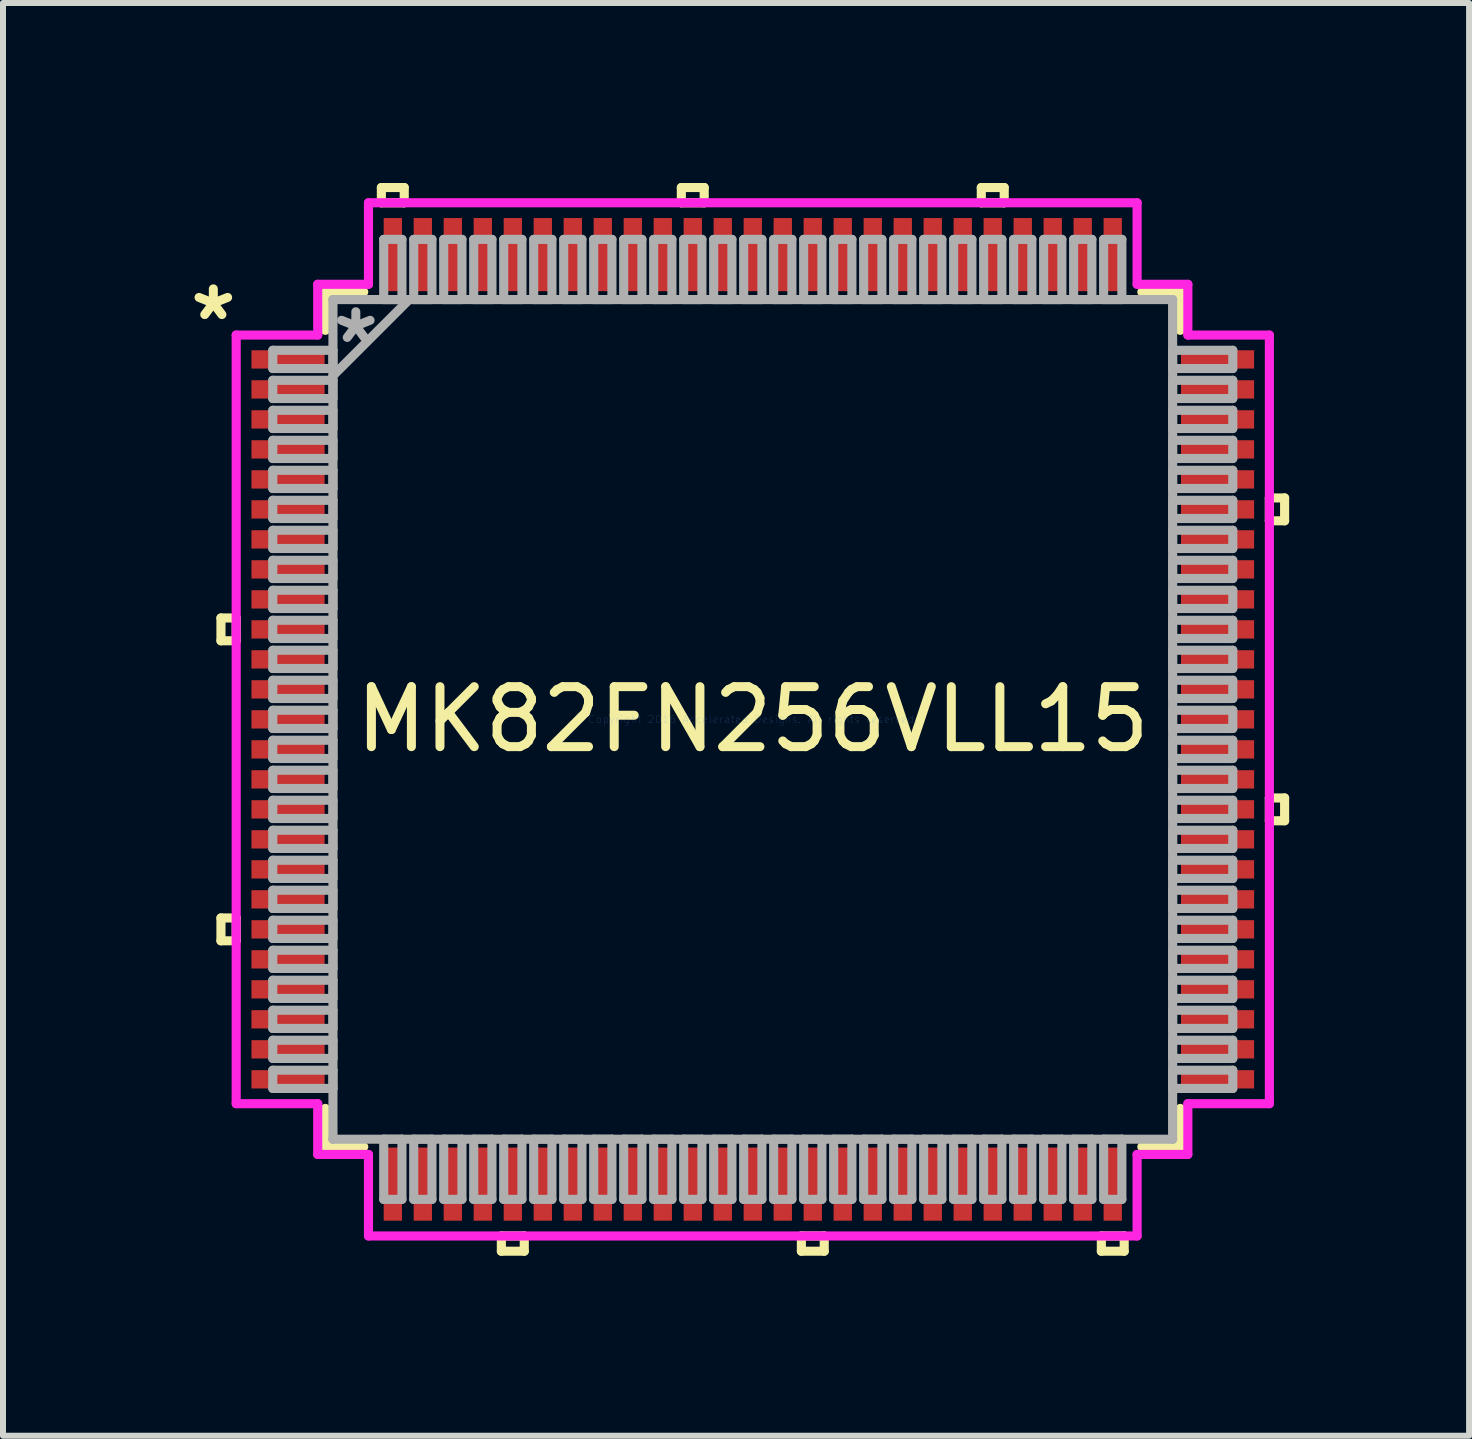
<source format=kicad_pcb>
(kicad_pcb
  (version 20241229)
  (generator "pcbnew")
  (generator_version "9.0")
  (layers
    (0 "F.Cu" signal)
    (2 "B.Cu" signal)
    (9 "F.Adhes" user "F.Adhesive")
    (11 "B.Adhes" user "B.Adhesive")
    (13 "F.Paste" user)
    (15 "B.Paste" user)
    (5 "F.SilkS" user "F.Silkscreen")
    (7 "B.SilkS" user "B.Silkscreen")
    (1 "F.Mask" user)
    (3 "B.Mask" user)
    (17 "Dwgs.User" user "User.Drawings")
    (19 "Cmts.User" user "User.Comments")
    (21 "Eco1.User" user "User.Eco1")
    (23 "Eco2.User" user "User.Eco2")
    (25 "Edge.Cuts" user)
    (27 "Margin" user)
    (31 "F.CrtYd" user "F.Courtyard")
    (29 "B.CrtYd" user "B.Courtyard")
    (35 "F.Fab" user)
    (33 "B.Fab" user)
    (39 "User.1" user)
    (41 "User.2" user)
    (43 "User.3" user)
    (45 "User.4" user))
  (footprint "MK82FN256VLL15"
    (layer "F.Cu")
    (at 9.498 8.941)
    (property "Reference" "MK82FN256VLL15" (at 0 0 0) (layer "F.SilkS") (effects (font (size 1 1) (thickness 0.15))))
    (attr smd)
    (fp_line (start -8.865 -1.69) (end -8.865 -1.31) (stroke (width 0.152) (type solid)) (layer "F.SilkS"))
    (fp_line (start -8.865 -1.31) (end -8.611 -1.31) (stroke (width 0.152) (type solid)) (layer "F.SilkS"))
    (fp_line (start -8.865 3.31) (end -8.865 3.691) (stroke (width 0.152) (type solid)) (layer "F.SilkS"))
    (fp_line (start -8.865 3.691) (end -8.611 3.691) (stroke (width 0.152) (type solid)) (layer "F.SilkS"))
    (fp_line (start -8.611 -1.69) (end -8.865 -1.69) (stroke (width 0.152) (type solid)) (layer "F.SilkS"))
    (fp_line (start -8.611 -1.31) (end -8.611 -1.69) (stroke (width 0.152) (type solid)) (layer "F.SilkS"))
    (fp_line (start -8.611 3.31) (end -8.865 3.31) (stroke (width 0.152) (type solid)) (layer "F.SilkS"))
    (fp_line (start -8.611 3.691) (end -8.611 3.31) (stroke (width 0.152) (type solid)) (layer "F.SilkS"))
    (fp_line (start -7.125 -7.125) (end -7.125 -6.485) (stroke (width 0.152) (type solid)) (layer "F.SilkS"))
    (fp_line (start -7.125 6.485) (end -7.125 7.125) (stroke (width 0.152) (type solid)) (layer "F.SilkS"))
    (fp_line (start -7.125 7.125) (end -6.485 7.125) (stroke (width 0.152) (type solid)) (layer "F.SilkS"))
    (fp_line (start -6.485 -7.125) (end -7.125 -7.125) (stroke (width 0.152) (type solid)) (layer "F.SilkS"))
    (fp_line (start -6.191 -8.865) (end -5.81 -8.865) (stroke (width 0.152) (type solid)) (layer "F.SilkS"))
    (fp_line (start -6.191 -8.611) (end -6.191 -8.865) (stroke (width 0.152) (type solid)) (layer "F.SilkS"))
    (fp_line (start -5.81 -8.865) (end -5.81 -8.611) (stroke (width 0.152) (type solid)) (layer "F.SilkS"))
    (fp_line (start -5.81 -8.611) (end -6.191 -8.611) (stroke (width 0.152) (type solid)) (layer "F.SilkS"))
    (fp_line (start -4.191 8.611) (end -4.191 8.865) (stroke (width 0.152) (type solid)) (layer "F.SilkS"))
    (fp_line (start -4.191 8.865) (end -3.809 8.865) (stroke (width 0.152) (type solid)) (layer "F.SilkS"))
    (fp_line (start -3.809 8.611) (end -4.191 8.611) (stroke (width 0.152) (type solid)) (layer "F.SilkS"))
    (fp_line (start -3.809 8.865) (end -3.809 8.611) (stroke (width 0.152) (type solid)) (layer "F.SilkS"))
    (fp_line (start -1.191 -8.865) (end -0.81 -8.865) (stroke (width 0.152) (type solid)) (layer "F.SilkS"))
    (fp_line (start -1.191 -8.611) (end -1.191 -8.865) (stroke (width 0.152) (type solid)) (layer "F.SilkS"))
    (fp_line (start -0.81 -8.865) (end -0.81 -8.611) (stroke (width 0.152) (type solid)) (layer "F.SilkS"))
    (fp_line (start -0.81 -8.611) (end -1.191 -8.611) (stroke (width 0.152) (type solid)) (layer "F.SilkS"))
    (fp_line (start 0.81 8.611) (end 0.81 8.865) (stroke (width 0.152) (type solid)) (layer "F.SilkS"))
    (fp_line (start 0.81 8.865) (end 1.191 8.865) (stroke (width 0.152) (type solid)) (layer "F.SilkS"))
    (fp_line (start 1.191 8.611) (end 0.81 8.611) (stroke (width 0.152) (type solid)) (layer "F.SilkS"))
    (fp_line (start 1.191 8.865) (end 1.191 8.611) (stroke (width 0.152) (type solid)) (layer "F.SilkS"))
    (fp_line (start 3.809 -8.865) (end 4.191 -8.865) (stroke (width 0.152) (type solid)) (layer "F.SilkS"))
    (fp_line (start 3.809 -8.611) (end 3.809 -8.865) (stroke (width 0.152) (type solid)) (layer "F.SilkS"))
    (fp_line (start 4.191 -8.865) (end 4.191 -8.611) (stroke (width 0.152) (type solid)) (layer "F.SilkS"))
    (fp_line (start 4.191 -8.611) (end 3.809 -8.611) (stroke (width 0.152) (type solid)) (layer "F.SilkS"))
    (fp_line (start 5.81 8.611) (end 5.81 8.865) (stroke (width 0.152) (type solid)) (layer "F.SilkS"))
    (fp_line (start 5.81 8.865) (end 6.191 8.865) (stroke (width 0.152) (type solid)) (layer "F.SilkS"))
    (fp_line (start 6.191 8.611) (end 5.81 8.611) (stroke (width 0.152) (type solid)) (layer "F.SilkS"))
    (fp_line (start 6.191 8.865) (end 6.191 8.611) (stroke (width 0.152) (type solid)) (layer "F.SilkS"))
    (fp_line (start 6.485 7.125) (end 7.125 7.125) (stroke (width 0.152) (type solid)) (layer "F.SilkS"))
    (fp_line (start 7.125 -7.125) (end 6.485 -7.125) (stroke (width 0.152) (type solid)) (layer "F.SilkS"))
    (fp_line (start 7.125 -6.485) (end 7.125 -7.125) (stroke (width 0.152) (type solid)) (layer "F.SilkS"))
    (fp_line (start 7.125 7.125) (end 7.125 6.485) (stroke (width 0.152) (type solid)) (layer "F.SilkS"))
    (fp_line (start 8.611 -3.691) (end 8.865 -3.691) (stroke (width 0.152) (type solid)) (layer "F.SilkS"))
    (fp_line (start 8.611 -3.31) (end 8.611 -3.691) (stroke (width 0.152) (type solid)) (layer "F.SilkS"))
    (fp_line (start 8.611 1.31) (end 8.865 1.31) (stroke (width 0.152) (type solid)) (layer "F.SilkS"))
    (fp_line (start 8.611 1.69) (end 8.611 1.31) (stroke (width 0.152) (type solid)) (layer "F.SilkS"))
    (fp_line (start 8.865 -3.691) (end 8.865 -3.31) (stroke (width 0.152) (type solid)) (layer "F.SilkS"))
    (fp_line (start 8.865 -3.31) (end 8.611 -3.31) (stroke (width 0.152) (type solid)) (layer "F.SilkS"))
    (fp_line (start 8.865 1.31) (end 8.865 1.69) (stroke (width 0.152) (type solid)) (layer "F.SilkS"))
    (fp_line (start 8.865 1.69) (end 8.611 1.69) (stroke (width 0.152) (type solid)) (layer "F.SilkS"))
    (fp_line (start -8.611 -6.406) (end -7.252 -6.406) (stroke (width 0.152) (type solid)) (layer "F.CrtYd"))
    (fp_line (start -8.611 6.406) (end -8.611 -6.406) (stroke (width 0.152) (type solid)) (layer "F.CrtYd"))
    (fp_line (start -7.252 -7.252) (end -6.406 -7.252) (stroke (width 0.152) (type solid)) (layer "F.CrtYd"))
    (fp_line (start -7.252 -6.406) (end -7.252 -7.252) (stroke (width 0.152) (type solid)) (layer "F.CrtYd"))
    (fp_line (start -7.252 6.406) (end -8.611 6.406) (stroke (width 0.152) (type solid)) (layer "F.CrtYd"))
    (fp_line (start -7.252 7.252) (end -7.252 6.406) (stroke (width 0.152) (type solid)) (layer "F.CrtYd"))
    (fp_line (start -6.406 -8.611) (end 6.406 -8.611) (stroke (width 0.152) (type solid)) (layer "F.CrtYd"))
    (fp_line (start -6.406 -7.252) (end -6.406 -8.611) (stroke (width 0.152) (type solid)) (layer "F.CrtYd"))
    (fp_line (start -6.406 7.252) (end -7.252 7.252) (stroke (width 0.152) (type solid)) (layer "F.CrtYd"))
    (fp_line (start -6.406 8.611) (end -6.406 7.252) (stroke (width 0.152) (type solid)) (layer "F.CrtYd"))
    (fp_line (start 6.406 -8.611) (end 6.406 -7.252) (stroke (width 0.152) (type solid)) (layer "F.CrtYd"))
    (fp_line (start 6.406 -7.252) (end 7.252 -7.252) (stroke (width 0.152) (type solid)) (layer "F.CrtYd"))
    (fp_line (start 6.406 7.252) (end 6.406 8.611) (stroke (width 0.152) (type solid)) (layer "F.CrtYd"))
    (fp_line (start 6.406 8.611) (end -6.406 8.611) (stroke (width 0.152) (type solid)) (layer "F.CrtYd"))
    (fp_line (start 7.252 -7.252) (end 7.252 -6.406) (stroke (width 0.152) (type solid)) (layer "F.CrtYd"))
    (fp_line (start 7.252 -6.406) (end 8.611 -6.406) (stroke (width 0.152) (type solid)) (layer "F.CrtYd"))
    (fp_line (start 7.252 6.406) (end 7.252 7.252) (stroke (width 0.152) (type solid)) (layer "F.CrtYd"))
    (fp_line (start 7.252 7.252) (end 6.406 7.252) (stroke (width 0.152) (type solid)) (layer "F.CrtYd"))
    (fp_line (start 8.611 -6.406) (end 8.611 6.406) (stroke (width 0.152) (type solid)) (layer "F.CrtYd"))
    (fp_line (start 8.611 6.406) (end 7.252 6.406) (stroke (width 0.152) (type solid)) (layer "F.CrtYd"))
    (fp_line (start -8.001 -6.152) (end -8.001 -5.848) (stroke (width 0.152) (type solid)) (layer "F.Fab"))
    (fp_line (start -8.001 -5.848) (end -6.998 -5.848) (stroke (width 0.152) (type solid)) (layer "F.Fab"))
    (fp_line (start -8.001 -5.652) (end -8.001 -5.348) (stroke (width 0.152) (type solid)) (layer "F.Fab"))
    (fp_line (start -8.001 -5.348) (end -6.998 -5.348) (stroke (width 0.152) (type solid)) (layer "F.Fab"))
    (fp_line (start -8.001 -5.152) (end -8.001 -4.848) (stroke (width 0.152) (type solid)) (layer "F.Fab"))
    (fp_line (start -8.001 -4.848) (end -6.998 -4.848) (stroke (width 0.152) (type solid)) (layer "F.Fab"))
    (fp_line (start -8.001 -4.652) (end -8.001 -4.348) (stroke (width 0.152) (type solid)) (layer "F.Fab"))
    (fp_line (start -8.001 -4.348) (end -6.998 -4.348) (stroke (width 0.152) (type solid)) (layer "F.Fab"))
    (fp_line (start -8.001 -4.152) (end -8.001 -3.848) (stroke (width 0.152) (type solid)) (layer "F.Fab"))
    (fp_line (start -8.001 -3.848) (end -6.998 -3.848) (stroke (width 0.152) (type solid)) (layer "F.Fab"))
    (fp_line (start -8.001 -3.652) (end -8.001 -3.348) (stroke (width 0.152) (type solid)) (layer "F.Fab"))
    (fp_line (start -8.001 -3.348) (end -6.998 -3.348) (stroke (width 0.152) (type solid)) (layer "F.Fab"))
    (fp_line (start -8.001 -3.152) (end -8.001 -2.848) (stroke (width 0.152) (type solid)) (layer "F.Fab"))
    (fp_line (start -8.001 -2.848) (end -6.998 -2.848) (stroke (width 0.152) (type solid)) (layer "F.Fab"))
    (fp_line (start -8.001 -2.652) (end -8.001 -2.348) (stroke (width 0.152) (type solid)) (layer "F.Fab"))
    (fp_line (start -8.001 -2.348) (end -6.998 -2.348) (stroke (width 0.152) (type solid)) (layer "F.Fab"))
    (fp_line (start -8.001 -2.152) (end -8.001 -1.848) (stroke (width 0.152) (type solid)) (layer "F.Fab"))
    (fp_line (start -8.001 -1.848) (end -6.998 -1.848) (stroke (width 0.152) (type solid)) (layer "F.Fab"))
    (fp_line (start -8.001 -1.652) (end -8.001 -1.348) (stroke (width 0.152) (type solid)) (layer "F.Fab"))
    (fp_line (start -8.001 -1.348) (end -6.998 -1.348) (stroke (width 0.152) (type solid)) (layer "F.Fab"))
    (fp_line (start -8.001 -1.152) (end -8.001 -0.848) (stroke (width 0.152) (type solid)) (layer "F.Fab"))
    (fp_line (start -8.001 -0.848) (end -6.998 -0.848) (stroke (width 0.152) (type solid)) (layer "F.Fab"))
    (fp_line (start -8.001 -0.652) (end -8.001 -0.348) (stroke (width 0.152) (type solid)) (layer "F.Fab"))
    (fp_line (start -8.001 -0.348) (end -6.998 -0.348) (stroke (width 0.152) (type solid)) (layer "F.Fab"))
    (fp_line (start -8.001 -0.152) (end -8.001 0.152) (stroke (width 0.152) (type solid)) (layer "F.Fab"))
    (fp_line (start -8.001 0.152) (end -6.998 0.152) (stroke (width 0.152) (type solid)) (layer "F.Fab"))
    (fp_line (start -8.001 0.348) (end -8.001 0.652) (stroke (width 0.152) (type solid)) (layer "F.Fab"))
    (fp_line (start -8.001 0.652) (end -6.998 0.652) (stroke (width 0.152) (type solid)) (layer "F.Fab"))
    (fp_line (start -8.001 0.848) (end -8.001 1.152) (stroke (width 0.152) (type solid)) (layer "F.Fab"))
    (fp_line (start -8.001 1.152) (end -6.998 1.152) (stroke (width 0.152) (type solid)) (layer "F.Fab"))
    (fp_line (start -8.001 1.348) (end -8.001 1.652) (stroke (width 0.152) (type solid)) (layer "F.Fab"))
    (fp_line (start -8.001 1.652) (end -6.998 1.652) (stroke (width 0.152) (type solid)) (layer "F.Fab"))
    (fp_line (start -8.001 1.848) (end -8.001 2.152) (stroke (width 0.152) (type solid)) (layer "F.Fab"))
    (fp_line (start -8.001 2.152) (end -6.998 2.152) (stroke (width 0.152) (type solid)) (layer "F.Fab"))
    (fp_line (start -8.001 2.348) (end -8.001 2.652) (stroke (width 0.152) (type solid)) (layer "F.Fab"))
    (fp_line (start -8.001 2.652) (end -6.998 2.652) (stroke (width 0.152) (type solid)) (layer "F.Fab"))
    (fp_line (start -8.001 2.848) (end -8.001 3.152) (stroke (width 0.152) (type solid)) (layer "F.Fab"))
    (fp_line (start -8.001 3.152) (end -6.998 3.152) (stroke (width 0.152) (type solid)) (layer "F.Fab"))
    (fp_line (start -8.001 3.348) (end -8.001 3.652) (stroke (width 0.152) (type solid)) (layer "F.Fab"))
    (fp_line (start -8.001 3.652) (end -6.998 3.652) (stroke (width 0.152) (type solid)) (layer "F.Fab"))
    (fp_line (start -8.001 3.848) (end -8.001 4.152) (stroke (width 0.152) (type solid)) (layer "F.Fab"))
    (fp_line (start -8.001 4.152) (end -6.998 4.152) (stroke (width 0.152) (type solid)) (layer "F.Fab"))
    (fp_line (start -8.001 4.348) (end -8.001 4.652) (stroke (width 0.152) (type solid)) (layer "F.Fab"))
    (fp_line (start -8.001 4.652) (end -6.998 4.652) (stroke (width 0.152) (type solid)) (layer "F.Fab"))
    (fp_line (start -8.001 4.848) (end -8.001 5.152) (stroke (width 0.152) (type solid)) (layer "F.Fab"))
    (fp_line (start -8.001 5.152) (end -6.998 5.152) (stroke (width 0.152) (type solid)) (layer "F.Fab"))
    (fp_line (start -8.001 5.348) (end -8.001 5.652) (stroke (width 0.152) (type solid)) (layer "F.Fab"))
    (fp_line (start -8.001 5.652) (end -6.998 5.652) (stroke (width 0.152) (type solid)) (layer "F.Fab"))
    (fp_line (start -8.001 5.848) (end -8.001 6.152) (stroke (width 0.152) (type solid)) (layer "F.Fab"))
    (fp_line (start -8.001 6.152) (end -6.998 6.152) (stroke (width 0.152) (type solid)) (layer "F.Fab"))
    (fp_line (start -6.998 -6.998) (end -6.998 -6.998) (stroke (width 0.152) (type solid)) (layer "F.Fab"))
    (fp_line (start -6.998 -6.998) (end -6.998 6.998) (stroke (width 0.152) (type solid)) (layer "F.Fab"))
    (fp_line (start -6.998 -6.152) (end -8.001 -6.152) (stroke (width 0.152) (type solid)) (layer "F.Fab"))
    (fp_line (start -6.998 -5.848) (end -6.998 -6.152) (stroke (width 0.152) (type solid)) (layer "F.Fab"))
    (fp_line (start -6.998 -5.728) (end -5.728 -6.998) (stroke (width 0.152) (type solid)) (layer "F.Fab"))
    (fp_line (start -6.998 -5.652) (end -8.001 -5.652) (stroke (width 0.152) (type solid)) (layer "F.Fab"))
    (fp_line (start -6.998 -5.348) (end -6.998 -5.652) (stroke (width 0.152) (type solid)) (layer "F.Fab"))
    (fp_line (start -6.998 -5.152) (end -8.001 -5.152) (stroke (width 0.152) (type solid)) (layer "F.Fab"))
    (fp_line (start -6.998 -4.848) (end -6.998 -5.152) (stroke (width 0.152) (type solid)) (layer "F.Fab"))
    (fp_line (start -6.998 -4.652) (end -8.001 -4.652) (stroke (width 0.152) (type solid)) (layer "F.Fab"))
    (fp_line (start -6.998 -4.348) (end -6.998 -4.652) (stroke (width 0.152) (type solid)) (layer "F.Fab"))
    (fp_line (start -6.998 -4.152) (end -8.001 -4.152) (stroke (width 0.152) (type solid)) (layer "F.Fab"))
    (fp_line (start -6.998 -3.848) (end -6.998 -4.152) (stroke (width 0.152) (type solid)) (layer "F.Fab"))
    (fp_line (start -6.998 -3.652) (end -8.001 -3.652) (stroke (width 0.152) (type solid)) (layer "F.Fab"))
    (fp_line (start -6.998 -3.348) (end -6.998 -3.652) (stroke (width 0.152) (type solid)) (layer "F.Fab"))
    (fp_line (start -6.998 -3.152) (end -8.001 -3.152) (stroke (width 0.152) (type solid)) (layer "F.Fab"))
    (fp_line (start -6.998 -2.848) (end -6.998 -3.152) (stroke (width 0.152) (type solid)) (layer "F.Fab"))
    (fp_line (start -6.998 -2.652) (end -8.001 -2.652) (stroke (width 0.152) (type solid)) (layer "F.Fab"))
    (fp_line (start -6.998 -2.348) (end -6.998 -2.652) (stroke (width 0.152) (type solid)) (layer "F.Fab"))
    (fp_line (start -6.998 -2.152) (end -8.001 -2.152) (stroke (width 0.152) (type solid)) (layer "F.Fab"))
    (fp_line (start -6.998 -1.848) (end -6.998 -2.152) (stroke (width 0.152) (type solid)) (layer "F.Fab"))
    (fp_line (start -6.998 -1.652) (end -8.001 -1.652) (stroke (width 0.152) (type solid)) (layer "F.Fab"))
    (fp_line (start -6.998 -1.348) (end -6.998 -1.652) (stroke (width 0.152) (type solid)) (layer "F.Fab"))
    (fp_line (start -6.998 -1.152) (end -8.001 -1.152) (stroke (width 0.152) (type solid)) (layer "F.Fab"))
    (fp_line (start -6.998 -0.848) (end -6.998 -1.152) (stroke (width 0.152) (type solid)) (layer "F.Fab"))
    (fp_line (start -6.998 -0.652) (end -8.001 -0.652) (stroke (width 0.152) (type solid)) (layer "F.Fab"))
    (fp_line (start -6.998 -0.348) (end -6.998 -0.652) (stroke (width 0.152) (type solid)) (layer "F.Fab"))
    (fp_line (start -6.998 -0.152) (end -8.001 -0.152) (stroke (width 0.152) (type solid)) (layer "F.Fab"))
    (fp_line (start -6.998 0.152) (end -6.998 -0.152) (stroke (width 0.152) (type solid)) (layer "F.Fab"))
    (fp_line (start -6.998 0.348) (end -8.001 0.348) (stroke (width 0.152) (type solid)) (layer "F.Fab"))
    (fp_line (start -6.998 0.652) (end -6.998 0.348) (stroke (width 0.152) (type solid)) (layer "F.Fab"))
    (fp_line (start -6.998 0.848) (end -8.001 0.848) (stroke (width 0.152) (type solid)) (layer "F.Fab"))
    (fp_line (start -6.998 1.152) (end -6.998 0.848) (stroke (width 0.152) (type solid)) (layer "F.Fab"))
    (fp_line (start -6.998 1.348) (end -8.001 1.348) (stroke (width 0.152) (type solid)) (layer "F.Fab"))
    (fp_line (start -6.998 1.652) (end -6.998 1.348) (stroke (width 0.152) (type solid)) (layer "F.Fab"))
    (fp_line (start -6.998 1.848) (end -8.001 1.848) (stroke (width 0.152) (type solid)) (layer "F.Fab"))
    (fp_line (start -6.998 2.152) (end -6.998 1.848) (stroke (width 0.152) (type solid)) (layer "F.Fab"))
    (fp_line (start -6.998 2.348) (end -8.001 2.348) (stroke (width 0.152) (type solid)) (layer "F.Fab"))
    (fp_line (start -6.998 2.652) (end -6.998 2.348) (stroke (width 0.152) (type solid)) (layer "F.Fab"))
    (fp_line (start -6.998 2.848) (end -8.001 2.848) (stroke (width 0.152) (type solid)) (layer "F.Fab"))
    (fp_line (start -6.998 3.152) (end -6.998 2.848) (stroke (width 0.152) (type solid)) (layer "F.Fab"))
    (fp_line (start -6.998 3.348) (end -8.001 3.348) (stroke (width 0.152) (type solid)) (layer "F.Fab"))
    (fp_line (start -6.998 3.652) (end -6.998 3.348) (stroke (width 0.152) (type solid)) (layer "F.Fab"))
    (fp_line (start -6.998 3.848) (end -8.001 3.848) (stroke (width 0.152) (type solid)) (layer "F.Fab"))
    (fp_line (start -6.998 4.152) (end -6.998 3.848) (stroke (width 0.152) (type solid)) (layer "F.Fab"))
    (fp_line (start -6.998 4.348) (end -8.001 4.348) (stroke (width 0.152) (type solid)) (layer "F.Fab"))
    (fp_line (start -6.998 4.652) (end -6.998 4.348) (stroke (width 0.152) (type solid)) (layer "F.Fab"))
    (fp_line (start -6.998 4.848) (end -8.001 4.848) (stroke (width 0.152) (type solid)) (layer "F.Fab"))
    (fp_line (start -6.998 5.152) (end -6.998 4.848) (stroke (width 0.152) (type solid)) (layer "F.Fab"))
    (fp_line (start -6.998 5.348) (end -8.001 5.348) (stroke (width 0.152) (type solid)) (layer "F.Fab"))
    (fp_line (start -6.998 5.652) (end -6.998 5.348) (stroke (width 0.152) (type solid)) (layer "F.Fab"))
    (fp_line (start -6.998 5.848) (end -8.001 5.848) (stroke (width 0.152) (type solid)) (layer "F.Fab"))
    (fp_line (start -6.998 6.152) (end -6.998 5.848) (stroke (width 0.152) (type solid)) (layer "F.Fab"))
    (fp_line (start -6.998 6.998) (end -6.998 6.998) (stroke (width 0.152) (type solid)) (layer "F.Fab"))
    (fp_line (start -6.998 6.998) (end 6.998 6.998) (stroke (width 0.152) (type solid)) (layer "F.Fab"))
    (fp_line (start -6.152 -8.001) (end -6.152 -6.998) (stroke (width 0.152) (type solid)) (layer "F.Fab"))
    (fp_line (start -6.152 -6.998) (end -5.848 -6.998) (stroke (width 0.152) (type solid)) (layer "F.Fab"))
    (fp_line (start -6.152 6.998) (end -6.152 8.001) (stroke (width 0.152) (type solid)) (layer "F.Fab"))
    (fp_line (start -6.152 8.001) (end -5.848 8.001) (stroke (width 0.152) (type solid)) (layer "F.Fab"))
    (fp_line (start -5.848 -8.001) (end -6.152 -8.001) (stroke (width 0.152) (type solid)) (layer "F.Fab"))
    (fp_line (start -5.848 -6.998) (end -5.848 -8.001) (stroke (width 0.152) (type solid)) (layer "F.Fab"))
    (fp_line (start -5.848 6.998) (end -6.152 6.998) (stroke (width 0.152) (type solid)) (layer "F.Fab"))
    (fp_line (start -5.848 8.001) (end -5.848 6.998) (stroke (width 0.152) (type solid)) (layer "F.Fab"))
    (fp_line (start -5.652 -8.001) (end -5.652 -6.998) (stroke (width 0.152) (type solid)) (layer "F.Fab"))
    (fp_line (start -5.652 -6.998) (end -5.348 -6.998) (stroke (width 0.152) (type solid)) (layer "F.Fab"))
    (fp_line (start -5.652 6.998) (end -5.652 8.001) (stroke (width 0.152) (type solid)) (layer "F.Fab"))
    (fp_line (start -5.652 8.001) (end -5.348 8.001) (stroke (width 0.152) (type solid)) (layer "F.Fab"))
    (fp_line (start -5.348 -8.001) (end -5.652 -8.001) (stroke (width 0.152) (type solid)) (layer "F.Fab"))
    (fp_line (start -5.348 -6.998) (end -5.348 -8.001) (stroke (width 0.152) (type solid)) (layer "F.Fab"))
    (fp_line (start -5.348 6.998) (end -5.652 6.998) (stroke (width 0.152) (type solid)) (layer "F.Fab"))
    (fp_line (start -5.348 8.001) (end -5.348 6.998) (stroke (width 0.152) (type solid)) (layer "F.Fab"))
    (fp_line (start -5.152 -8.001) (end -5.152 -6.998) (stroke (width 0.152) (type solid)) (layer "F.Fab"))
    (fp_line (start -5.152 -6.998) (end -4.848 -6.998) (stroke (width 0.152) (type solid)) (layer "F.Fab"))
    (fp_line (start -5.152 6.998) (end -5.152 8.001) (stroke (width 0.152) (type solid)) (layer "F.Fab"))
    (fp_line (start -5.152 8.001) (end -4.848 8.001) (stroke (width 0.152) (type solid)) (layer "F.Fab"))
    (fp_line (start -4.848 -8.001) (end -5.152 -8.001) (stroke (width 0.152) (type solid)) (layer "F.Fab"))
    (fp_line (start -4.848 -6.998) (end -4.848 -8.001) (stroke (width 0.152) (type solid)) (layer "F.Fab"))
    (fp_line (start -4.848 6.998) (end -5.152 6.998) (stroke (width 0.152) (type solid)) (layer "F.Fab"))
    (fp_line (start -4.848 8.001) (end -4.848 6.998) (stroke (width 0.152) (type solid)) (layer "F.Fab"))
    (fp_line (start -4.652 -8.001) (end -4.652 -6.998) (stroke (width 0.152) (type solid)) (layer "F.Fab"))
    (fp_line (start -4.652 -6.998) (end -4.348 -6.998) (stroke (width 0.152) (type solid)) (layer "F.Fab"))
    (fp_line (start -4.652 6.998) (end -4.652 8.001) (stroke (width 0.152) (type solid)) (layer "F.Fab"))
    (fp_line (start -4.652 8.001) (end -4.348 8.001) (stroke (width 0.152) (type solid)) (layer "F.Fab"))
    (fp_line (start -4.348 -8.001) (end -4.652 -8.001) (stroke (width 0.152) (type solid)) (layer "F.Fab"))
    (fp_line (start -4.348 -6.998) (end -4.348 -8.001) (stroke (width 0.152) (type solid)) (layer "F.Fab"))
    (fp_line (start -4.348 6.998) (end -4.652 6.998) (stroke (width 0.152) (type solid)) (layer "F.Fab"))
    (fp_line (start -4.348 8.001) (end -4.348 6.998) (stroke (width 0.152) (type solid)) (layer "F.Fab"))
    (fp_line (start -4.152 -8.001) (end -4.152 -6.998) (stroke (width 0.152) (type solid)) (layer "F.Fab"))
    (fp_line (start -4.152 -6.998) (end -3.848 -6.998) (stroke (width 0.152) (type solid)) (layer "F.Fab"))
    (fp_line (start -4.152 6.998) (end -4.152 8.001) (stroke (width 0.152) (type solid)) (layer "F.Fab"))
    (fp_line (start -4.152 8.001) (end -3.848 8.001) (stroke (width 0.152) (type solid)) (layer "F.Fab"))
    (fp_line (start -3.848 -8.001) (end -4.152 -8.001) (stroke (width 0.152) (type solid)) (layer "F.Fab"))
    (fp_line (start -3.848 -6.998) (end -3.848 -8.001) (stroke (width 0.152) (type solid)) (layer "F.Fab"))
    (fp_line (start -3.848 6.998) (end -4.152 6.998) (stroke (width 0.152) (type solid)) (layer "F.Fab"))
    (fp_line (start -3.848 8.001) (end -3.848 6.998) (stroke (width 0.152) (type solid)) (layer "F.Fab"))
    (fp_line (start -3.652 -8.001) (end -3.652 -6.998) (stroke (width 0.152) (type solid)) (layer "F.Fab"))
    (fp_line (start -3.652 -6.998) (end -3.348 -6.998) (stroke (width 0.152) (type solid)) (layer "F.Fab"))
    (fp_line (start -3.652 6.998) (end -3.652 8.001) (stroke (width 0.152) (type solid)) (layer "F.Fab"))
    (fp_line (start -3.652 8.001) (end -3.348 8.001) (stroke (width 0.152) (type solid)) (layer "F.Fab"))
    (fp_line (start -3.348 -8.001) (end -3.652 -8.001) (stroke (width 0.152) (type solid)) (layer "F.Fab"))
    (fp_line (start -3.348 -6.998) (end -3.348 -8.001) (stroke (width 0.152) (type solid)) (layer "F.Fab"))
    (fp_line (start -3.348 6.998) (end -3.652 6.998) (stroke (width 0.152) (type solid)) (layer "F.Fab"))
    (fp_line (start -3.348 8.001) (end -3.348 6.998) (stroke (width 0.152) (type solid)) (layer "F.Fab"))
    (fp_line (start -3.152 -8.001) (end -3.152 -6.998) (stroke (width 0.152) (type solid)) (layer "F.Fab"))
    (fp_line (start -3.152 -6.998) (end -2.848 -6.998) (stroke (width 0.152) (type solid)) (layer "F.Fab"))
    (fp_line (start -3.152 6.998) (end -3.152 8.001) (stroke (width 0.152) (type solid)) (layer "F.Fab"))
    (fp_line (start -3.152 8.001) (end -2.848 8.001) (stroke (width 0.152) (type solid)) (layer "F.Fab"))
    (fp_line (start -2.848 -8.001) (end -3.152 -8.001) (stroke (width 0.152) (type solid)) (layer "F.Fab"))
    (fp_line (start -2.848 -6.998) (end -2.848 -8.001) (stroke (width 0.152) (type solid)) (layer "F.Fab"))
    (fp_line (start -2.848 6.998) (end -3.152 6.998) (stroke (width 0.152) (type solid)) (layer "F.Fab"))
    (fp_line (start -2.848 8.001) (end -2.848 6.998) (stroke (width 0.152) (type solid)) (layer "F.Fab"))
    (fp_line (start -2.652 -8.001) (end -2.652 -6.998) (stroke (width 0.152) (type solid)) (layer "F.Fab"))
    (fp_line (start -2.652 -6.998) (end -2.348 -6.998) (stroke (width 0.152) (type solid)) (layer "F.Fab"))
    (fp_line (start -2.652 6.998) (end -2.652 8.001) (stroke (width 0.152) (type solid)) (layer "F.Fab"))
    (fp_line (start -2.652 8.001) (end -2.348 8.001) (stroke (width 0.152) (type solid)) (layer "F.Fab"))
    (fp_line (start -2.348 -8.001) (end -2.652 -8.001) (stroke (width 0.152) (type solid)) (layer "F.Fab"))
    (fp_line (start -2.348 -6.998) (end -2.348 -8.001) (stroke (width 0.152) (type solid)) (layer "F.Fab"))
    (fp_line (start -2.348 6.998) (end -2.652 6.998) (stroke (width 0.152) (type solid)) (layer "F.Fab"))
    (fp_line (start -2.348 8.001) (end -2.348 6.998) (stroke (width 0.152) (type solid)) (layer "F.Fab"))
    (fp_line (start -2.152 -8.001) (end -2.152 -6.998) (stroke (width 0.152) (type solid)) (layer "F.Fab"))
    (fp_line (start -2.152 -6.998) (end -1.848 -6.998) (stroke (width 0.152) (type solid)) (layer "F.Fab"))
    (fp_line (start -2.152 6.998) (end -2.152 8.001) (stroke (width 0.152) (type solid)) (layer "F.Fab"))
    (fp_line (start -2.152 8.001) (end -1.848 8.001) (stroke (width 0.152) (type solid)) (layer "F.Fab"))
    (fp_line (start -1.848 -8.001) (end -2.152 -8.001) (stroke (width 0.152) (type solid)) (layer "F.Fab"))
    (fp_line (start -1.848 -6.998) (end -1.848 -8.001) (stroke (width 0.152) (type solid)) (layer "F.Fab"))
    (fp_line (start -1.848 6.998) (end -2.152 6.998) (stroke (width 0.152) (type solid)) (layer "F.Fab"))
    (fp_line (start -1.848 8.001) (end -1.848 6.998) (stroke (width 0.152) (type solid)) (layer "F.Fab"))
    (fp_line (start -1.652 -8.001) (end -1.652 -6.998) (stroke (width 0.152) (type solid)) (layer "F.Fab"))
    (fp_line (start -1.652 -6.998) (end -1.348 -6.998) (stroke (width 0.152) (type solid)) (layer "F.Fab"))
    (fp_line (start -1.652 6.998) (end -1.652 8.001) (stroke (width 0.152) (type solid)) (layer "F.Fab"))
    (fp_line (start -1.652 8.001) (end -1.348 8.001) (stroke (width 0.152) (type solid)) (layer "F.Fab"))
    (fp_line (start -1.348 -8.001) (end -1.652 -8.001) (stroke (width 0.152) (type solid)) (layer "F.Fab"))
    (fp_line (start -1.348 -6.998) (end -1.348 -8.001) (stroke (width 0.152) (type solid)) (layer "F.Fab"))
    (fp_line (start -1.348 6.998) (end -1.652 6.998) (stroke (width 0.152) (type solid)) (layer "F.Fab"))
    (fp_line (start -1.348 8.001) (end -1.348 6.998) (stroke (width 0.152) (type solid)) (layer "F.Fab"))
    (fp_line (start -1.152 -8.001) (end -1.152 -6.998) (stroke (width 0.152) (type solid)) (layer "F.Fab"))
    (fp_line (start -1.152 -6.998) (end -0.848 -6.998) (stroke (width 0.152) (type solid)) (layer "F.Fab"))
    (fp_line (start -1.152 6.998) (end -1.152 8.001) (stroke (width 0.152) (type solid)) (layer "F.Fab"))
    (fp_line (start -1.152 8.001) (end -0.848 8.001) (stroke (width 0.152) (type solid)) (layer "F.Fab"))
    (fp_line (start -0.848 -8.001) (end -1.152 -8.001) (stroke (width 0.152) (type solid)) (layer "F.Fab"))
    (fp_line (start -0.848 -6.998) (end -0.848 -8.001) (stroke (width 0.152) (type solid)) (layer "F.Fab"))
    (fp_line (start -0.848 6.998) (end -1.152 6.998) (stroke (width 0.152) (type solid)) (layer "F.Fab"))
    (fp_line (start -0.848 8.001) (end -0.848 6.998) (stroke (width 0.152) (type solid)) (layer "F.Fab"))
    (fp_line (start -0.652 -8.001) (end -0.652 -6.998) (stroke (width 0.152) (type solid)) (layer "F.Fab"))
    (fp_line (start -0.652 -6.998) (end -0.348 -6.998) (stroke (width 0.152) (type solid)) (layer "F.Fab"))
    (fp_line (start -0.652 6.998) (end -0.652 8.001) (stroke (width 0.152) (type solid)) (layer "F.Fab"))
    (fp_line (start -0.652 8.001) (end -0.348 8.001) (stroke (width 0.152) (type solid)) (layer "F.Fab"))
    (fp_line (start -0.348 -8.001) (end -0.652 -8.001) (stroke (width 0.152) (type solid)) (layer "F.Fab"))
    (fp_line (start -0.348 -6.998) (end -0.348 -8.001) (stroke (width 0.152) (type solid)) (layer "F.Fab"))
    (fp_line (start -0.348 6.998) (end -0.652 6.998) (stroke (width 0.152) (type solid)) (layer "F.Fab"))
    (fp_line (start -0.348 8.001) (end -0.348 6.998) (stroke (width 0.152) (type solid)) (layer "F.Fab"))
    (fp_line (start -0.152 -8.001) (end -0.152 -6.998) (stroke (width 0.152) (type solid)) (layer "F.Fab"))
    (fp_line (start -0.152 -6.998) (end 0.152 -6.998) (stroke (width 0.152) (type solid)) (layer "F.Fab"))
    (fp_line (start -0.152 6.998) (end -0.152 8.001) (stroke (width 0.152) (type solid)) (layer "F.Fab"))
    (fp_line (start -0.152 8.001) (end 0.152 8.001) (stroke (width 0.152) (type solid)) (layer "F.Fab"))
    (fp_line (start 0.152 -8.001) (end -0.152 -8.001) (stroke (width 0.152) (type solid)) (layer "F.Fab"))
    (fp_line (start 0.152 -6.998) (end 0.152 -8.001) (stroke (width 0.152) (type solid)) (layer "F.Fab"))
    (fp_line (start 0.152 6.998) (end -0.152 6.998) (stroke (width 0.152) (type solid)) (layer "F.Fab"))
    (fp_line (start 0.152 8.001) (end 0.152 6.998) (stroke (width 0.152) (type solid)) (layer "F.Fab"))
    (fp_line (start 0.348 -8.001) (end 0.348 -6.998) (stroke (width 0.152) (type solid)) (layer "F.Fab"))
    (fp_line (start 0.348 -6.998) (end 0.652 -6.998) (stroke (width 0.152) (type solid)) (layer "F.Fab"))
    (fp_line (start 0.348 6.998) (end 0.348 8.001) (stroke (width 0.152) (type solid)) (layer "F.Fab"))
    (fp_line (start 0.348 8.001) (end 0.652 8.001) (stroke (width 0.152) (type solid)) (layer "F.Fab"))
    (fp_line (start 0.652 -8.001) (end 0.348 -8.001) (stroke (width 0.152) (type solid)) (layer "F.Fab"))
    (fp_line (start 0.652 -6.998) (end 0.652 -8.001) (stroke (width 0.152) (type solid)) (layer "F.Fab"))
    (fp_line (start 0.652 6.998) (end 0.348 6.998) (stroke (width 0.152) (type solid)) (layer "F.Fab"))
    (fp_line (start 0.652 8.001) (end 0.652 6.998) (stroke (width 0.152) (type solid)) (layer "F.Fab"))
    (fp_line (start 0.848 -8.001) (end 0.848 -6.998) (stroke (width 0.152) (type solid)) (layer "F.Fab"))
    (fp_line (start 0.848 -6.998) (end 1.152 -6.998) (stroke (width 0.152) (type solid)) (layer "F.Fab"))
    (fp_line (start 0.848 6.998) (end 0.848 8.001) (stroke (width 0.152) (type solid)) (layer "F.Fab"))
    (fp_line (start 0.848 8.001) (end 1.152 8.001) (stroke (width 0.152) (type solid)) (layer "F.Fab"))
    (fp_line (start 1.152 -8.001) (end 0.848 -8.001) (stroke (width 0.152) (type solid)) (layer "F.Fab"))
    (fp_line (start 1.152 -6.998) (end 1.152 -8.001) (stroke (width 0.152) (type solid)) (layer "F.Fab"))
    (fp_line (start 1.152 6.998) (end 0.848 6.998) (stroke (width 0.152) (type solid)) (layer "F.Fab"))
    (fp_line (start 1.152 8.001) (end 1.152 6.998) (stroke (width 0.152) (type solid)) (layer "F.Fab"))
    (fp_line (start 1.348 -8.001) (end 1.348 -6.998) (stroke (width 0.152) (type solid)) (layer "F.Fab"))
    (fp_line (start 1.348 -6.998) (end 1.652 -6.998) (stroke (width 0.152) (type solid)) (layer "F.Fab"))
    (fp_line (start 1.348 6.998) (end 1.348 8.001) (stroke (width 0.152) (type solid)) (layer "F.Fab"))
    (fp_line (start 1.348 8.001) (end 1.652 8.001) (stroke (width 0.152) (type solid)) (layer "F.Fab"))
    (fp_line (start 1.652 -8.001) (end 1.348 -8.001) (stroke (width 0.152) (type solid)) (layer "F.Fab"))
    (fp_line (start 1.652 -6.998) (end 1.652 -8.001) (stroke (width 0.152) (type solid)) (layer "F.Fab"))
    (fp_line (start 1.652 6.998) (end 1.348 6.998) (stroke (width 0.152) (type solid)) (layer "F.Fab"))
    (fp_line (start 1.652 8.001) (end 1.652 6.998) (stroke (width 0.152) (type solid)) (layer "F.Fab"))
    (fp_line (start 1.848 -8.001) (end 1.848 -6.998) (stroke (width 0.152) (type solid)) (layer "F.Fab"))
    (fp_line (start 1.848 -6.998) (end 2.152 -6.998) (stroke (width 0.152) (type solid)) (layer "F.Fab"))
    (fp_line (start 1.848 6.998) (end 1.848 8.001) (stroke (width 0.152) (type solid)) (layer "F.Fab"))
    (fp_line (start 1.848 8.001) (end 2.152 8.001) (stroke (width 0.152) (type solid)) (layer "F.Fab"))
    (fp_line (start 2.152 -8.001) (end 1.848 -8.001) (stroke (width 0.152) (type solid)) (layer "F.Fab"))
    (fp_line (start 2.152 -6.998) (end 2.152 -8.001) (stroke (width 0.152) (type solid)) (layer "F.Fab"))
    (fp_line (start 2.152 6.998) (end 1.848 6.998) (stroke (width 0.152) (type solid)) (layer "F.Fab"))
    (fp_line (start 2.152 8.001) (end 2.152 6.998) (stroke (width 0.152) (type solid)) (layer "F.Fab"))
    (fp_line (start 2.348 -8.001) (end 2.348 -6.998) (stroke (width 0.152) (type solid)) (layer "F.Fab"))
    (fp_line (start 2.348 -6.998) (end 2.652 -6.998) (stroke (width 0.152) (type solid)) (layer "F.Fab"))
    (fp_line (start 2.348 6.998) (end 2.348 8.001) (stroke (width 0.152) (type solid)) (layer "F.Fab"))
    (fp_line (start 2.348 8.001) (end 2.652 8.001) (stroke (width 0.152) (type solid)) (layer "F.Fab"))
    (fp_line (start 2.652 -8.001) (end 2.348 -8.001) (stroke (width 0.152) (type solid)) (layer "F.Fab"))
    (fp_line (start 2.652 -6.998) (end 2.652 -8.001) (stroke (width 0.152) (type solid)) (layer "F.Fab"))
    (fp_line (start 2.652 6.998) (end 2.348 6.998) (stroke (width 0.152) (type solid)) (layer "F.Fab"))
    (fp_line (start 2.652 8.001) (end 2.652 6.998) (stroke (width 0.152) (type solid)) (layer "F.Fab"))
    (fp_line (start 2.848 -8.001) (end 2.848 -6.998) (stroke (width 0.152) (type solid)) (layer "F.Fab"))
    (fp_line (start 2.848 -6.998) (end 3.152 -6.998) (stroke (width 0.152) (type solid)) (layer "F.Fab"))
    (fp_line (start 2.848 6.998) (end 2.848 8.001) (stroke (width 0.152) (type solid)) (layer "F.Fab"))
    (fp_line (start 2.848 8.001) (end 3.152 8.001) (stroke (width 0.152) (type solid)) (layer "F.Fab"))
    (fp_line (start 3.152 -8.001) (end 2.848 -8.001) (stroke (width 0.152) (type solid)) (layer "F.Fab"))
    (fp_line (start 3.152 -6.998) (end 3.152 -8.001) (stroke (width 0.152) (type solid)) (layer "F.Fab"))
    (fp_line (start 3.152 6.998) (end 2.848 6.998) (stroke (width 0.152) (type solid)) (layer "F.Fab"))
    (fp_line (start 3.152 8.001) (end 3.152 6.998) (stroke (width 0.152) (type solid)) (layer "F.Fab"))
    (fp_line (start 3.348 -8.001) (end 3.348 -6.998) (stroke (width 0.152) (type solid)) (layer "F.Fab"))
    (fp_line (start 3.348 -6.998) (end 3.652 -6.998) (stroke (width 0.152) (type solid)) (layer "F.Fab"))
    (fp_line (start 3.348 6.998) (end 3.348 8.001) (stroke (width 0.152) (type solid)) (layer "F.Fab"))
    (fp_line (start 3.348 8.001) (end 3.652 8.001) (stroke (width 0.152) (type solid)) (layer "F.Fab"))
    (fp_line (start 3.652 -8.001) (end 3.348 -8.001) (stroke (width 0.152) (type solid)) (layer "F.Fab"))
    (fp_line (start 3.652 -6.998) (end 3.652 -8.001) (stroke (width 0.152) (type solid)) (layer "F.Fab"))
    (fp_line (start 3.652 6.998) (end 3.348 6.998) (stroke (width 0.152) (type solid)) (layer "F.Fab"))
    (fp_line (start 3.652 8.001) (end 3.652 6.998) (stroke (width 0.152) (type solid)) (layer "F.Fab"))
    (fp_line (start 3.848 -8.001) (end 3.848 -6.998) (stroke (width 0.152) (type solid)) (layer "F.Fab"))
    (fp_line (start 3.848 -6.998) (end 4.152 -6.998) (stroke (width 0.152) (type solid)) (layer "F.Fab"))
    (fp_line (start 3.848 6.998) (end 3.848 8.001) (stroke (width 0.152) (type solid)) (layer "F.Fab"))
    (fp_line (start 3.848 8.001) (end 4.152 8.001) (stroke (width 0.152) (type solid)) (layer "F.Fab"))
    (fp_line (start 4.152 -8.001) (end 3.848 -8.001) (stroke (width 0.152) (type solid)) (layer "F.Fab"))
    (fp_line (start 4.152 -6.998) (end 4.152 -8.001) (stroke (width 0.152) (type solid)) (layer "F.Fab"))
    (fp_line (start 4.152 6.998) (end 3.848 6.998) (stroke (width 0.152) (type solid)) (layer "F.Fab"))
    (fp_line (start 4.152 8.001) (end 4.152 6.998) (stroke (width 0.152) (type solid)) (layer "F.Fab"))
    (fp_line (start 4.348 -8.001) (end 4.348 -6.998) (stroke (width 0.152) (type solid)) (layer "F.Fab"))
    (fp_line (start 4.348 -6.998) (end 4.652 -6.998) (stroke (width 0.152) (type solid)) (layer "F.Fab"))
    (fp_line (start 4.348 6.998) (end 4.348 8.001) (stroke (width 0.152) (type solid)) (layer "F.Fab"))
    (fp_line (start 4.348 8.001) (end 4.652 8.001) (stroke (width 0.152) (type solid)) (layer "F.Fab"))
    (fp_line (start 4.652 -8.001) (end 4.348 -8.001) (stroke (width 0.152) (type solid)) (layer "F.Fab"))
    (fp_line (start 4.652 -6.998) (end 4.652 -8.001) (stroke (width 0.152) (type solid)) (layer "F.Fab"))
    (fp_line (start 4.652 6.998) (end 4.348 6.998) (stroke (width 0.152) (type solid)) (layer "F.Fab"))
    (fp_line (start 4.652 8.001) (end 4.652 6.998) (stroke (width 0.152) (type solid)) (layer "F.Fab"))
    (fp_line (start 4.848 -8.001) (end 4.848 -6.998) (stroke (width 0.152) (type solid)) (layer "F.Fab"))
    (fp_line (start 4.848 -6.998) (end 5.152 -6.998) (stroke (width 0.152) (type solid)) (layer "F.Fab"))
    (fp_line (start 4.848 6.998) (end 4.848 8.001) (stroke (width 0.152) (type solid)) (layer "F.Fab"))
    (fp_line (start 4.848 8.001) (end 5.152 8.001) (stroke (width 0.152) (type solid)) (layer "F.Fab"))
    (fp_line (start 5.152 -8.001) (end 4.848 -8.001) (stroke (width 0.152) (type solid)) (layer "F.Fab"))
    (fp_line (start 5.152 -6.998) (end 5.152 -8.001) (stroke (width 0.152) (type solid)) (layer "F.Fab"))
    (fp_line (start 5.152 6.998) (end 4.848 6.998) (stroke (width 0.152) (type solid)) (layer "F.Fab"))
    (fp_line (start 5.152 8.001) (end 5.152 6.998) (stroke (width 0.152) (type solid)) (layer "F.Fab"))
    (fp_line (start 5.348 -8.001) (end 5.348 -6.998) (stroke (width 0.152) (type solid)) (layer "F.Fab"))
    (fp_line (start 5.348 -6.998) (end 5.652 -6.998) (stroke (width 0.152) (type solid)) (layer "F.Fab"))
    (fp_line (start 5.348 6.998) (end 5.348 8.001) (stroke (width 0.152) (type solid)) (layer "F.Fab"))
    (fp_line (start 5.348 8.001) (end 5.652 8.001) (stroke (width 0.152) (type solid)) (layer "F.Fab"))
    (fp_line (start 5.652 -8.001) (end 5.348 -8.001) (stroke (width 0.152) (type solid)) (layer "F.Fab"))
    (fp_line (start 5.652 -6.998) (end 5.652 -8.001) (stroke (width 0.152) (type solid)) (layer "F.Fab"))
    (fp_line (start 5.652 6.998) (end 5.348 6.998) (stroke (width 0.152) (type solid)) (layer "F.Fab"))
    (fp_line (start 5.652 8.001) (end 5.652 6.998) (stroke (width 0.152) (type solid)) (layer "F.Fab"))
    (fp_line (start 5.848 -8.001) (end 5.848 -6.998) (stroke (width 0.152) (type solid)) (layer "F.Fab"))
    (fp_line (start 5.848 -6.998) (end 6.152 -6.998) (stroke (width 0.152) (type solid)) (layer "F.Fab"))
    (fp_line (start 5.848 6.998) (end 5.848 8.001) (stroke (width 0.152) (type solid)) (layer "F.Fab"))
    (fp_line (start 5.848 8.001) (end 6.152 8.001) (stroke (width 0.152) (type solid)) (layer "F.Fab"))
    (fp_line (start 6.152 -8.001) (end 5.848 -8.001) (stroke (width 0.152) (type solid)) (layer "F.Fab"))
    (fp_line (start 6.152 -6.998) (end 6.152 -8.001) (stroke (width 0.152) (type solid)) (layer "F.Fab"))
    (fp_line (start 6.152 6.998) (end 5.848 6.998) (stroke (width 0.152) (type solid)) (layer "F.Fab"))
    (fp_line (start 6.152 8.001) (end 6.152 6.998) (stroke (width 0.152) (type solid)) (layer "F.Fab"))
    (fp_line (start 6.998 -6.998) (end -6.998 -6.998) (stroke (width 0.152) (type solid)) (layer "F.Fab"))
    (fp_line (start 6.998 -6.998) (end 6.998 -6.998) (stroke (width 0.152) (type solid)) (layer "F.Fab"))
    (fp_line (start 6.998 -6.152) (end 6.998 -5.848) (stroke (width 0.152) (type solid)) (layer "F.Fab"))
    (fp_line (start 6.998 -5.848) (end 8.001 -5.848) (stroke (width 0.152) (type solid)) (layer "F.Fab"))
    (fp_line (start 6.998 -5.652) (end 6.998 -5.348) (stroke (width 0.152) (type solid)) (layer "F.Fab"))
    (fp_line (start 6.998 -5.348) (end 8.001 -5.348) (stroke (width 0.152) (type solid)) (layer "F.Fab"))
    (fp_line (start 6.998 -5.152) (end 6.998 -4.848) (stroke (width 0.152) (type solid)) (layer "F.Fab"))
    (fp_line (start 6.998 -4.848) (end 8.001 -4.848) (stroke (width 0.152) (type solid)) (layer "F.Fab"))
    (fp_line (start 6.998 -4.652) (end 6.998 -4.348) (stroke (width 0.152) (type solid)) (layer "F.Fab"))
    (fp_line (start 6.998 -4.348) (end 8.001 -4.348) (stroke (width 0.152) (type solid)) (layer "F.Fab"))
    (fp_line (start 6.998 -4.152) (end 6.998 -3.848) (stroke (width 0.152) (type solid)) (layer "F.Fab"))
    (fp_line (start 6.998 -3.848) (end 8.001 -3.848) (stroke (width 0.152) (type solid)) (layer "F.Fab"))
    (fp_line (start 6.998 -3.652) (end 6.998 -3.348) (stroke (width 0.152) (type solid)) (layer "F.Fab"))
    (fp_line (start 6.998 -3.348) (end 8.001 -3.348) (stroke (width 0.152) (type solid)) (layer "F.Fab"))
    (fp_line (start 6.998 -3.152) (end 6.998 -2.848) (stroke (width 0.152) (type solid)) (layer "F.Fab"))
    (fp_line (start 6.998 -2.848) (end 8.001 -2.848) (stroke (width 0.152) (type solid)) (layer "F.Fab"))
    (fp_line (start 6.998 -2.652) (end 6.998 -2.348) (stroke (width 0.152) (type solid)) (layer "F.Fab"))
    (fp_line (start 6.998 -2.348) (end 8.001 -2.348) (stroke (width 0.152) (type solid)) (layer "F.Fab"))
    (fp_line (start 6.998 -2.152) (end 6.998 -1.848) (stroke (width 0.152) (type solid)) (layer "F.Fab"))
    (fp_line (start 6.998 -1.848) (end 8.001 -1.848) (stroke (width 0.152) (type solid)) (layer "F.Fab"))
    (fp_line (start 6.998 -1.652) (end 6.998 -1.348) (stroke (width 0.152) (type solid)) (layer "F.Fab"))
    (fp_line (start 6.998 -1.348) (end 8.001 -1.348) (stroke (width 0.152) (type solid)) (layer "F.Fab"))
    (fp_line (start 6.998 -1.152) (end 6.998 -0.848) (stroke (width 0.152) (type solid)) (layer "F.Fab"))
    (fp_line (start 6.998 -0.848) (end 8.001 -0.848) (stroke (width 0.152) (type solid)) (layer "F.Fab"))
    (fp_line (start 6.998 -0.652) (end 6.998 -0.348) (stroke (width 0.152) (type solid)) (layer "F.Fab"))
    (fp_line (start 6.998 -0.348) (end 8.001 -0.348) (stroke (width 0.152) (type solid)) (layer "F.Fab"))
    (fp_line (start 6.998 -0.152) (end 6.998 0.152) (stroke (width 0.152) (type solid)) (layer "F.Fab"))
    (fp_line (start 6.998 0.152) (end 8.001 0.152) (stroke (width 0.152) (type solid)) (layer "F.Fab"))
    (fp_line (start 6.998 0.348) (end 6.998 0.652) (stroke (width 0.152) (type solid)) (layer "F.Fab"))
    (fp_line (start 6.998 0.652) (end 8.001 0.652) (stroke (width 0.152) (type solid)) (layer "F.Fab"))
    (fp_line (start 6.998 0.848) (end 6.998 1.152) (stroke (width 0.152) (type solid)) (layer "F.Fab"))
    (fp_line (start 6.998 1.152) (end 8.001 1.152) (stroke (width 0.152) (type solid)) (layer "F.Fab"))
    (fp_line (start 6.998 1.348) (end 6.998 1.652) (stroke (width 0.152) (type solid)) (layer "F.Fab"))
    (fp_line (start 6.998 1.652) (end 8.001 1.652) (stroke (width 0.152) (type solid)) (layer "F.Fab"))
    (fp_line (start 6.998 1.848) (end 6.998 2.152) (stroke (width 0.152) (type solid)) (layer "F.Fab"))
    (fp_line (start 6.998 2.152) (end 8.001 2.152) (stroke (width 0.152) (type solid)) (layer "F.Fab"))
    (fp_line (start 6.998 2.348) (end 6.998 2.652) (stroke (width 0.152) (type solid)) (layer "F.Fab"))
    (fp_line (start 6.998 2.652) (end 8.001 2.652) (stroke (width 0.152) (type solid)) (layer "F.Fab"))
    (fp_line (start 6.998 2.848) (end 6.998 3.152) (stroke (width 0.152) (type solid)) (layer "F.Fab"))
    (fp_line (start 6.998 3.152) (end 8.001 3.152) (stroke (width 0.152) (type solid)) (layer "F.Fab"))
    (fp_line (start 6.998 3.348) (end 6.998 3.652) (stroke (width 0.152) (type solid)) (layer "F.Fab"))
    (fp_line (start 6.998 3.652) (end 8.001 3.652) (stroke (width 0.152) (type solid)) (layer "F.Fab"))
    (fp_line (start 6.998 3.848) (end 6.998 4.152) (stroke (width 0.152) (type solid)) (layer "F.Fab"))
    (fp_line (start 6.998 4.152) (end 8.001 4.152) (stroke (width 0.152) (type solid)) (layer "F.Fab"))
    (fp_line (start 6.998 4.348) (end 6.998 4.652) (stroke (width 0.152) (type solid)) (layer "F.Fab"))
    (fp_line (start 6.998 4.652) (end 8.001 4.652) (stroke (width 0.152) (type solid)) (layer "F.Fab"))
    (fp_line (start 6.998 4.848) (end 6.998 5.152) (stroke (width 0.152) (type solid)) (layer "F.Fab"))
    (fp_line (start 6.998 5.152) (end 8.001 5.152) (stroke (width 0.152) (type solid)) (layer "F.Fab"))
    (fp_line (start 6.998 5.348) (end 6.998 5.652) (stroke (width 0.152) (type solid)) (layer "F.Fab"))
    (fp_line (start 6.998 5.652) (end 8.001 5.652) (stroke (width 0.152) (type solid)) (layer "F.Fab"))
    (fp_line (start 6.998 5.848) (end 6.998 6.152) (stroke (width 0.152) (type solid)) (layer "F.Fab"))
    (fp_line (start 6.998 6.152) (end 8.001 6.152) (stroke (width 0.152) (type solid)) (layer "F.Fab"))
    (fp_line (start 6.998 6.998) (end 6.998 -6.998) (stroke (width 0.152) (type solid)) (layer "F.Fab"))
    (fp_line (start 6.998 6.998) (end 6.998 6.998) (stroke (width 0.152) (type solid)) (layer "F.Fab"))
    (fp_line (start 8.001 -6.152) (end 6.998 -6.152) (stroke (width 0.152) (type solid)) (layer "F.Fab"))
    (fp_line (start 8.001 -5.848) (end 8.001 -6.152) (stroke (width 0.152) (type solid)) (layer "F.Fab"))
    (fp_line (start 8.001 -5.652) (end 6.998 -5.652) (stroke (width 0.152) (type solid)) (layer "F.Fab"))
    (fp_line (start 8.001 -5.348) (end 8.001 -5.652) (stroke (width 0.152) (type solid)) (layer "F.Fab"))
    (fp_line (start 8.001 -5.152) (end 6.998 -5.152) (stroke (width 0.152) (type solid)) (layer "F.Fab"))
    (fp_line (start 8.001 -4.848) (end 8.001 -5.152) (stroke (width 0.152) (type solid)) (layer "F.Fab"))
    (fp_line (start 8.001 -4.652) (end 6.998 -4.652) (stroke (width 0.152) (type solid)) (layer "F.Fab"))
    (fp_line (start 8.001 -4.348) (end 8.001 -4.652) (stroke (width 0.152) (type solid)) (layer "F.Fab"))
    (fp_line (start 8.001 -4.152) (end 6.998 -4.152) (stroke (width 0.152) (type solid)) (layer "F.Fab"))
    (fp_line (start 8.001 -3.848) (end 8.001 -4.152) (stroke (width 0.152) (type solid)) (layer "F.Fab"))
    (fp_line (start 8.001 -3.652) (end 6.998 -3.652) (stroke (width 0.152) (type solid)) (layer "F.Fab"))
    (fp_line (start 8.001 -3.348) (end 8.001 -3.652) (stroke (width 0.152) (type solid)) (layer "F.Fab"))
    (fp_line (start 8.001 -3.152) (end 6.998 -3.152) (stroke (width 0.152) (type solid)) (layer "F.Fab"))
    (fp_line (start 8.001 -2.848) (end 8.001 -3.152) (stroke (width 0.152) (type solid)) (layer "F.Fab"))
    (fp_line (start 8.001 -2.652) (end 6.998 -2.652) (stroke (width 0.152) (type solid)) (layer "F.Fab"))
    (fp_line (start 8.001 -2.348) (end 8.001 -2.652) (stroke (width 0.152) (type solid)) (layer "F.Fab"))
    (fp_line (start 8.001 -2.152) (end 6.998 -2.152) (stroke (width 0.152) (type solid)) (layer "F.Fab"))
    (fp_line (start 8.001 -1.848) (end 8.001 -2.152) (stroke (width 0.152) (type solid)) (layer "F.Fab"))
    (fp_line (start 8.001 -1.652) (end 6.998 -1.652) (stroke (width 0.152) (type solid)) (layer "F.Fab"))
    (fp_line (start 8.001 -1.348) (end 8.001 -1.652) (stroke (width 0.152) (type solid)) (layer "F.Fab"))
    (fp_line (start 8.001 -1.152) (end 6.998 -1.152) (stroke (width 0.152) (type solid)) (layer "F.Fab"))
    (fp_line (start 8.001 -0.848) (end 8.001 -1.152) (stroke (width 0.152) (type solid)) (layer "F.Fab"))
    (fp_line (start 8.001 -0.652) (end 6.998 -0.652) (stroke (width 0.152) (type solid)) (layer "F.Fab"))
    (fp_line (start 8.001 -0.348) (end 8.001 -0.652) (stroke (width 0.152) (type solid)) (layer "F.Fab"))
    (fp_line (start 8.001 -0.152) (end 6.998 -0.152) (stroke (width 0.152) (type solid)) (layer "F.Fab"))
    (fp_line (start 8.001 0.152) (end 8.001 -0.152) (stroke (width 0.152) (type solid)) (layer "F.Fab"))
    (fp_line (start 8.001 0.348) (end 6.998 0.348) (stroke (width 0.152) (type solid)) (layer "F.Fab"))
    (fp_line (start 8.001 0.652) (end 8.001 0.348) (stroke (width 0.152) (type solid)) (layer "F.Fab"))
    (fp_line (start 8.001 0.848) (end 6.998 0.848) (stroke (width 0.152) (type solid)) (layer "F.Fab"))
    (fp_line (start 8.001 1.152) (end 8.001 0.848) (stroke (width 0.152) (type solid)) (layer "F.Fab"))
    (fp_line (start 8.001 1.348) (end 6.998 1.348) (stroke (width 0.152) (type solid)) (layer "F.Fab"))
    (fp_line (start 8.001 1.652) (end 8.001 1.348) (stroke (width 0.152) (type solid)) (layer "F.Fab"))
    (fp_line (start 8.001 1.848) (end 6.998 1.848) (stroke (width 0.152) (type solid)) (layer "F.Fab"))
    (fp_line (start 8.001 2.152) (end 8.001 1.848) (stroke (width 0.152) (type solid)) (layer "F.Fab"))
    (fp_line (start 8.001 2.348) (end 6.998 2.348) (stroke (width 0.152) (type solid)) (layer "F.Fab"))
    (fp_line (start 8.001 2.652) (end 8.001 2.348) (stroke (width 0.152) (type solid)) (layer "F.Fab"))
    (fp_line (start 8.001 2.848) (end 6.998 2.848) (stroke (width 0.152) (type solid)) (layer "F.Fab"))
    (fp_line (start 8.001 3.152) (end 8.001 2.848) (stroke (width 0.152) (type solid)) (layer "F.Fab"))
    (fp_line (start 8.001 3.348) (end 6.998 3.348) (stroke (width 0.152) (type solid)) (layer "F.Fab"))
    (fp_line (start 8.001 3.652) (end 8.001 3.348) (stroke (width 0.152) (type solid)) (layer "F.Fab"))
    (fp_line (start 8.001 3.848) (end 6.998 3.848) (stroke (width 0.152) (type solid)) (layer "F.Fab"))
    (fp_line (start 8.001 4.152) (end 8.001 3.848) (stroke (width 0.152) (type solid)) (layer "F.Fab"))
    (fp_line (start 8.001 4.348) (end 6.998 4.348) (stroke (width 0.152) (type solid)) (layer "F.Fab"))
    (fp_line (start 8.001 4.652) (end 8.001 4.348) (stroke (width 0.152) (type solid)) (layer "F.Fab"))
    (fp_line (start 8.001 4.848) (end 6.998 4.848) (stroke (width 0.152) (type solid)) (layer "F.Fab"))
    (fp_line (start 8.001 5.152) (end 8.001 4.848) (stroke (width 0.152) (type solid)) (layer "F.Fab"))
    (fp_line (start 8.001 5.348) (end 6.998 5.348) (stroke (width 0.152) (type solid)) (layer "F.Fab"))
    (fp_line (start 8.001 5.652) (end 8.001 5.348) (stroke (width 0.152) (type solid)) (layer "F.Fab"))
    (fp_line (start 8.001 5.848) (end 6.998 5.848) (stroke (width 0.152) (type solid)) (layer "F.Fab"))
    (fp_line (start 8.001 6.152) (end 8.001 5.848) (stroke (width 0.152) (type solid)) (layer "F.Fab"))
    (fp_text user "*" (at -8.992 -6.631 0) (layer "F.SilkS") (effects (font (size 1 1) (thickness 0.15))))
    (fp_text user "Copyright 2016 Accelerated Designs. All rights reserved." (at 0 0 0) (layer "Cmts.User") (effects (font (size 0.127 0.127) (thickness 0.002))))
    (fp_text user "*" (at -6.617 -6.25 0) (layer "F.Fab") (effects (font (size 1 1) (thickness 0.15))))
    (pad "1" smd rect (at -7.747 -6 90) (size 0.305 1.219) (layers "F.Cu" "F.Mask" "F.Paste"))
    (pad "2" smd rect (at -7.747 -5.5 90) (size 0.305 1.219) (layers "F.Cu" "F.Mask" "F.Paste"))
    (pad "3" smd rect (at -7.747 -5 90) (size 0.305 1.219) (layers "F.Cu" "F.Mask" "F.Paste"))
    (pad "4" smd rect (at -7.747 -4.5 90) (size 0.305 1.219) (layers "F.Cu" "F.Mask" "F.Paste"))
    (pad "5" smd rect (at -7.747 -4 90) (size 0.305 1.219) (layers "F.Cu" "F.Mask" "F.Paste"))
    (pad "6" smd rect (at -7.747 -3.5 90) (size 0.305 1.219) (layers "F.Cu" "F.Mask" "F.Paste"))
    (pad "7" smd rect (at -7.747 -3 90) (size 0.305 1.219) (layers "F.Cu" "F.Mask" "F.Paste"))
    (pad "8" smd rect (at -7.747 -2.5 90) (size 0.305 1.219) (layers "F.Cu" "F.Mask" "F.Paste"))
    (pad "9" smd rect (at -7.747 -2 90) (size 0.305 1.219) (layers "F.Cu" "F.Mask" "F.Paste"))
    (pad "10" smd rect (at -7.747 -1.5 90) (size 0.305 1.219) (layers "F.Cu" "F.Mask" "F.Paste"))
    (pad "11" smd rect (at -7.747 -1 90) (size 0.305 1.219) (layers "F.Cu" "F.Mask" "F.Paste"))
    (pad "12" smd rect (at -7.747 -0.5 90) (size 0.305 1.219) (layers "F.Cu" "F.Mask" "F.Paste"))
    (pad "13" smd rect (at -7.747 0 90) (size 0.305 1.219) (layers "F.Cu" "F.Mask" "F.Paste"))
    (pad "14" smd rect (at -7.747 0.5 90) (size 0.305 1.219) (layers "F.Cu" "F.Mask" "F.Paste"))
    (pad "15" smd rect (at -7.747 1 90) (size 0.305 1.219) (layers "F.Cu" "F.Mask" "F.Paste"))
    (pad "16" smd rect (at -7.747 1.5 90) (size 0.305 1.219) (layers "F.Cu" "F.Mask" "F.Paste"))
    (pad "17" smd rect (at -7.747 2 90) (size 0.305 1.219) (layers "F.Cu" "F.Mask" "F.Paste"))
    (pad "18" smd rect (at -7.747 2.5 90) (size 0.305 1.219) (layers "F.Cu" "F.Mask" "F.Paste"))
    (pad "19" smd rect (at -7.747 3 90) (size 0.305 1.219) (layers "F.Cu" "F.Mask" "F.Paste"))
    (pad "20" smd rect (at -7.747 3.5 90) (size 0.305 1.219) (layers "F.Cu" "F.Mask" "F.Paste"))
    (pad "21" smd rect (at -7.747 4 90) (size 0.305 1.219) (layers "F.Cu" "F.Mask" "F.Paste"))
    (pad "22" smd rect (at -7.747 4.5 90) (size 0.305 1.219) (layers "F.Cu" "F.Mask" "F.Paste"))
    (pad "23" smd rect (at -7.747 5 90) (size 0.305 1.219) (layers "F.Cu" "F.Mask" "F.Paste"))
    (pad "24" smd rect (at -7.747 5.5 90) (size 0.305 1.219) (layers "F.Cu" "F.Mask" "F.Paste"))
    (pad "25" smd rect (at -7.747 6 90) (size 0.305 1.219) (layers "F.Cu" "F.Mask" "F.Paste"))
    (pad "26" smd rect (at -6 7.747) (size 0.305 1.219) (layers "F.Cu" "F.Mask" "F.Paste"))
    (pad "27" smd rect (at -5.5 7.747) (size 0.305 1.219) (layers "F.Cu" "F.Mask" "F.Paste"))
    (pad "28" smd rect (at -5 7.747) (size 0.305 1.219) (layers "F.Cu" "F.Mask" "F.Paste"))
    (pad "29" smd rect (at -4.5 7.747) (size 0.305 1.219) (layers "F.Cu" "F.Mask" "F.Paste"))
    (pad "30" smd rect (at -4 7.747) (size 0.305 1.219) (layers "F.Cu" "F.Mask" "F.Paste"))
    (pad "31" smd rect (at -3.5 7.747) (size 0.305 1.219) (layers "F.Cu" "F.Mask" "F.Paste"))
    (pad "32" smd rect (at -3 7.747) (size 0.305 1.219) (layers "F.Cu" "F.Mask" "F.Paste"))
    (pad "33" smd rect (at -2.5 7.747) (size 0.305 1.219) (layers "F.Cu" "F.Mask" "F.Paste"))
    (pad "34" smd rect (at -2 7.747) (size 0.305 1.219) (layers "F.Cu" "F.Mask" "F.Paste"))
    (pad "35" smd rect (at -1.5 7.747) (size 0.305 1.219) (layers "F.Cu" "F.Mask" "F.Paste"))
    (pad "36" smd rect (at -1 7.747) (size 0.305 1.219) (layers "F.Cu" "F.Mask" "F.Paste"))
    (pad "37" smd rect (at -0.5 7.747) (size 0.305 1.219) (layers "F.Cu" "F.Mask" "F.Paste"))
    (pad "38" smd rect (at 0 7.747) (size 0.305 1.219) (layers "F.Cu" "F.Mask" "F.Paste"))
    (pad "39" smd rect (at 0.5 7.747) (size 0.305 1.219) (layers "F.Cu" "F.Mask" "F.Paste"))
    (pad "40" smd rect (at 1 7.747) (size 0.305 1.219) (layers "F.Cu" "F.Mask" "F.Paste"))
    (pad "41" smd rect (at 1.5 7.747) (size 0.305 1.219) (layers "F.Cu" "F.Mask" "F.Paste"))
    (pad "42" smd rect (at 2 7.747) (size 0.305 1.219) (layers "F.Cu" "F.Mask" "F.Paste"))
    (pad "43" smd rect (at 2.5 7.747) (size 0.305 1.219) (layers "F.Cu" "F.Mask" "F.Paste"))
    (pad "44" smd rect (at 3 7.747) (size 0.305 1.219) (layers "F.Cu" "F.Mask" "F.Paste"))
    (pad "45" smd rect (at 3.5 7.747) (size 0.305 1.219) (layers "F.Cu" "F.Mask" "F.Paste"))
    (pad "46" smd rect (at 4 7.747) (size 0.305 1.219) (layers "F.Cu" "F.Mask" "F.Paste"))
    (pad "47" smd rect (at 4.5 7.747) (size 0.305 1.219) (layers "F.Cu" "F.Mask" "F.Paste"))
    (pad "48" smd rect (at 5 7.747) (size 0.305 1.219) (layers "F.Cu" "F.Mask" "F.Paste"))
    (pad "49" smd rect (at 5.5 7.747) (size 0.305 1.219) (layers "F.Cu" "F.Mask" "F.Paste"))
    (pad "50" smd rect (at 6 7.747) (size 0.305 1.219) (layers "F.Cu" "F.Mask" "F.Paste"))
    (pad "51" smd rect (at 7.747 6 90) (size 0.305 1.219) (layers "F.Cu" "F.Mask" "F.Paste"))
    (pad "52" smd rect (at 7.747 5.5 90) (size 0.305 1.219) (layers "F.Cu" "F.Mask" "F.Paste"))
    (pad "53" smd rect (at 7.747 5 90) (size 0.305 1.219) (layers "F.Cu" "F.Mask" "F.Paste"))
    (pad "54" smd rect (at 7.747 4.5 90) (size 0.305 1.219) (layers "F.Cu" "F.Mask" "F.Paste"))
    (pad "55" smd rect (at 7.747 4 90) (size 0.305 1.219) (layers "F.Cu" "F.Mask" "F.Paste"))
    (pad "56" smd rect (at 7.747 3.5 90) (size 0.305 1.219) (layers "F.Cu" "F.Mask" "F.Paste"))
    (pad "57" smd rect (at 7.747 3 90) (size 0.305 1.219) (layers "F.Cu" "F.Mask" "F.Paste"))
    (pad "58" smd rect (at 7.747 2.5 90) (size 0.305 1.219) (layers "F.Cu" "F.Mask" "F.Paste"))
    (pad "59" smd rect (at 7.747 2 90) (size 0.305 1.219) (layers "F.Cu" "F.Mask" "F.Paste"))
    (pad "60" smd rect (at 7.747 1.5 90) (size 0.305 1.219) (layers "F.Cu" "F.Mask" "F.Paste"))
    (pad "61" smd rect (at 7.747 1 90) (size 0.305 1.219) (layers "F.Cu" "F.Mask" "F.Paste"))
    (pad "62" smd rect (at 7.747 0.5 90) (size 0.305 1.219) (layers "F.Cu" "F.Mask" "F.Paste"))
    (pad "63" smd rect (at 7.747 0 90) (size 0.305 1.219) (layers "F.Cu" "F.Mask" "F.Paste"))
    (pad "64" smd rect (at 7.747 -0.5 90) (size 0.305 1.219) (layers "F.Cu" "F.Mask" "F.Paste"))
    (pad "65" smd rect (at 7.747 -1 90) (size 0.305 1.219) (layers "F.Cu" "F.Mask" "F.Paste"))
    (pad "66" smd rect (at 7.747 -1.5 90) (size 0.305 1.219) (layers "F.Cu" "F.Mask" "F.Paste"))
    (pad "67" smd rect (at 7.747 -2 90) (size 0.305 1.219) (layers "F.Cu" "F.Mask" "F.Paste"))
    (pad "68" smd rect (at 7.747 -2.5 90) (size 0.305 1.219) (layers "F.Cu" "F.Mask" "F.Paste"))
    (pad "69" smd rect (at 7.747 -3 90) (size 0.305 1.219) (layers "F.Cu" "F.Mask" "F.Paste"))
    (pad "70" smd rect (at 7.747 -3.5 90) (size 0.305 1.219) (layers "F.Cu" "F.Mask" "F.Paste"))
    (pad "71" smd rect (at 7.747 -4 90) (size 0.305 1.219) (layers "F.Cu" "F.Mask" "F.Paste"))
    (pad "72" smd rect (at 7.747 -4.5 90) (size 0.305 1.219) (layers "F.Cu" "F.Mask" "F.Paste"))
    (pad "73" smd rect (at 7.747 -5 90) (size 0.305 1.219) (layers "F.Cu" "F.Mask" "F.Paste"))
    (pad "74" smd rect (at 7.747 -5.5 90) (size 0.305 1.219) (layers "F.Cu" "F.Mask" "F.Paste"))
    (pad "75" smd rect (at 7.747 -6 90) (size 0.305 1.219) (layers "F.Cu" "F.Mask" "F.Paste"))
    (pad "76" smd rect (at 6 -7.747) (size 0.305 1.219) (layers "F.Cu" "F.Mask" "F.Paste"))
    (pad "77" smd rect (at 5.5 -7.747) (size 0.305 1.219) (layers "F.Cu" "F.Mask" "F.Paste"))
    (pad "78" smd rect (at 5 -7.747) (size 0.305 1.219) (layers "F.Cu" "F.Mask" "F.Paste"))
    (pad "79" smd rect (at 4.5 -7.747) (size 0.305 1.219) (layers "F.Cu" "F.Mask" "F.Paste"))
    (pad "80" smd rect (at 4 -7.747) (size 0.305 1.219) (layers "F.Cu" "F.Mask" "F.Paste"))
    (pad "81" smd rect (at 3.5 -7.747) (size 0.305 1.219) (layers "F.Cu" "F.Mask" "F.Paste"))
    (pad "82" smd rect (at 3 -7.747) (size 0.305 1.219) (layers "F.Cu" "F.Mask" "F.Paste"))
    (pad "83" smd rect (at 2.5 -7.747) (size 0.305 1.219) (layers "F.Cu" "F.Mask" "F.Paste"))
    (pad "84" smd rect (at 2 -7.747) (size 0.305 1.219) (layers "F.Cu" "F.Mask" "F.Paste"))
    (pad "85" smd rect (at 1.5 -7.747) (size 0.305 1.219) (layers "F.Cu" "F.Mask" "F.Paste"))
    (pad "86" smd rect (at 1 -7.747) (size 0.305 1.219) (layers "F.Cu" "F.Mask" "F.Paste"))
    (pad "87" smd rect (at 0.5 -7.747) (size 0.305 1.219) (layers "F.Cu" "F.Mask" "F.Paste"))
    (pad "88" smd rect (at 0 -7.747) (size 0.305 1.219) (layers "F.Cu" "F.Mask" "F.Paste"))
    (pad "89" smd rect (at -0.5 -7.747) (size 0.305 1.219) (layers "F.Cu" "F.Mask" "F.Paste"))
    (pad "90" smd rect (at -1 -7.747) (size 0.305 1.219) (layers "F.Cu" "F.Mask" "F.Paste"))
    (pad "91" smd rect (at -1.5 -7.747) (size 0.305 1.219) (layers "F.Cu" "F.Mask" "F.Paste"))
    (pad "92" smd rect (at -2 -7.747) (size 0.305 1.219) (layers "F.Cu" "F.Mask" "F.Paste"))
    (pad "93" smd rect (at -2.5 -7.747) (size 0.305 1.219) (layers "F.Cu" "F.Mask" "F.Paste"))
    (pad "94" smd rect (at -3 -7.747) (size 0.305 1.219) (layers "F.Cu" "F.Mask" "F.Paste"))
    (pad "95" smd rect (at -3.5 -7.747) (size 0.305 1.219) (layers "F.Cu" "F.Mask" "F.Paste"))
    (pad "96" smd rect (at -4 -7.747) (size 0.305 1.219) (layers "F.Cu" "F.Mask" "F.Paste"))
    (pad "97" smd rect (at -4.5 -7.747) (size 0.305 1.219) (layers "F.Cu" "F.Mask" "F.Paste"))
    (pad "98" smd rect (at -5 -7.747) (size 0.305 1.219) (layers "F.Cu" "F.Mask" "F.Paste"))
    (pad "99" smd rect (at -5.5 -7.747) (size 0.305 1.219) (layers "F.Cu" "F.Mask" "F.Paste"))
    (pad "100" smd rect (at -6 -7.747) (size 0.305 1.219) (layers "F.Cu" "F.Mask" "F.Paste")))
  (gr_rect
    (start -3 -3)
    (end 21.438 20.882)
    (stroke (width 0.1) (type default))
    (fill no)
    (layer "Edge.Cuts")))
</source>
